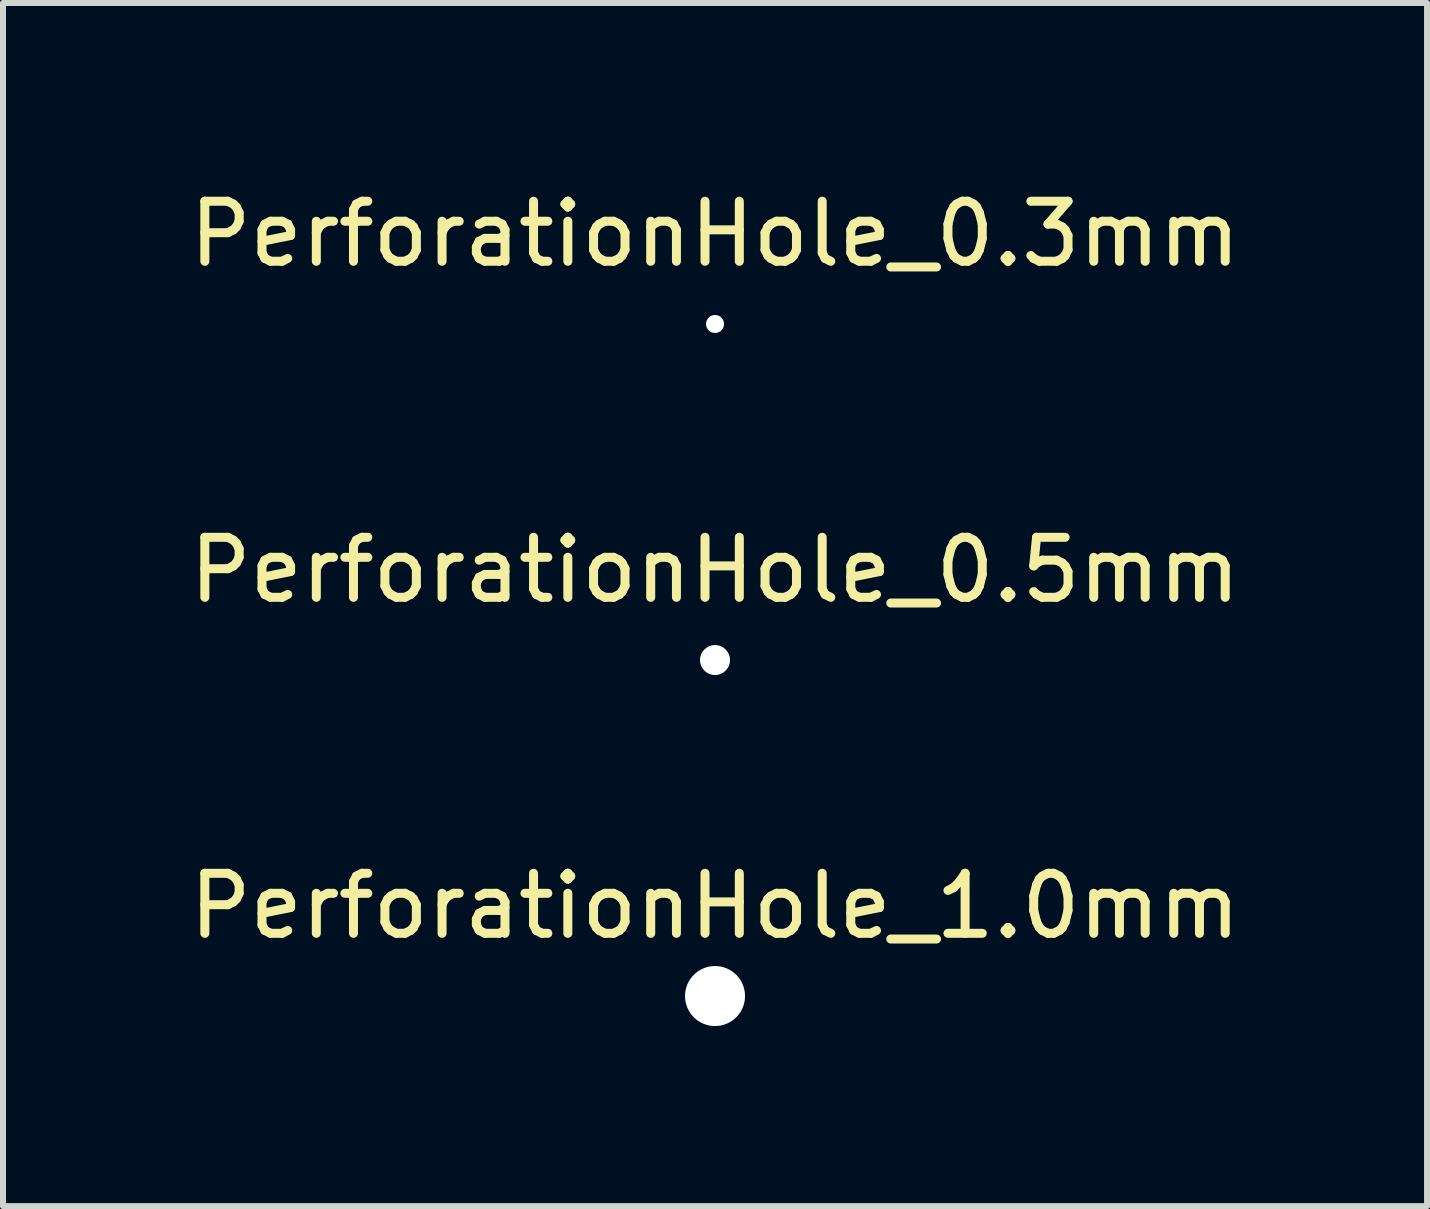
<source format=kicad_pcb>
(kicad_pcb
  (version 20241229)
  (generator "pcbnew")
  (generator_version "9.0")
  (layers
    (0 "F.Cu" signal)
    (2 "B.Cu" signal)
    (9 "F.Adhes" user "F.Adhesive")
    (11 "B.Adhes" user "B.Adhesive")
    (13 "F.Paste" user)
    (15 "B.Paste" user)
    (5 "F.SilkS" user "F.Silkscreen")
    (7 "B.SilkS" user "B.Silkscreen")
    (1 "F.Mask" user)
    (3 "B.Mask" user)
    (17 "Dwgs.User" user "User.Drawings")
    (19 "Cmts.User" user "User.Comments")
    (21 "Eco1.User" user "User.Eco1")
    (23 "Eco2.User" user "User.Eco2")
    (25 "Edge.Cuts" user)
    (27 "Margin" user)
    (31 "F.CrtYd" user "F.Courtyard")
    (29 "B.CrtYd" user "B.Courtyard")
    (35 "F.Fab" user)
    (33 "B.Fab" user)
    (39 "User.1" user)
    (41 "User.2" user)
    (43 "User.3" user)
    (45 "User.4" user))
  (footprint "PerforationHole_0.3mm"
    (layer "F.Cu")
    (at 8.863 2.348)
    (property "Reference" "PerforationHole_0.3mm" (at 0 -1.5 0) (layer "F.SilkS") (effects (font (size 1 1) (thickness 0.15))))
    (attr exclude_from_pos_files exclude_from_bom)
    (pad "" np_thru_hole circle (at 0 0) (size 0.3 0.3) (drill 0.3) (layers "*.Cu" "*.Mask")))
  (footprint "PerforationHole_1.0mm"
    (layer "F.Cu")
    (at 8.863 13.545)
    (property "Reference" "PerforationHole_1.0mm" (at 0 -1.5 0) (layer "F.SilkS") (effects (font (size 1 1) (thickness 0.15))))
    (attr exclude_from_pos_files exclude_from_bom)
    (pad "" np_thru_hole circle (at 0 0) (size 1 1) (drill 1) (layers "*.Cu" "*.Mask")))
  (footprint "PerforationHole_0.5mm"
    (layer "F.Cu")
    (at 8.863 7.947)
    (property "Reference" "PerforationHole_0.5mm" (at 0 -1.5 0) (layer "F.SilkS") (effects (font (size 1 1) (thickness 0.15))))
    (attr exclude_from_pos_files exclude_from_bom)
    (pad "" np_thru_hole circle (at 0 0) (size 0.5 0.5) (drill 0.5) (layers "*.Cu" "*.Mask")))
  (gr_rect
    (start -3 -3)
    (end 20.726 17.045)
    (stroke (width 0.1) (type default))
    (fill no)
    (layer "Edge.Cuts")))
</source>
